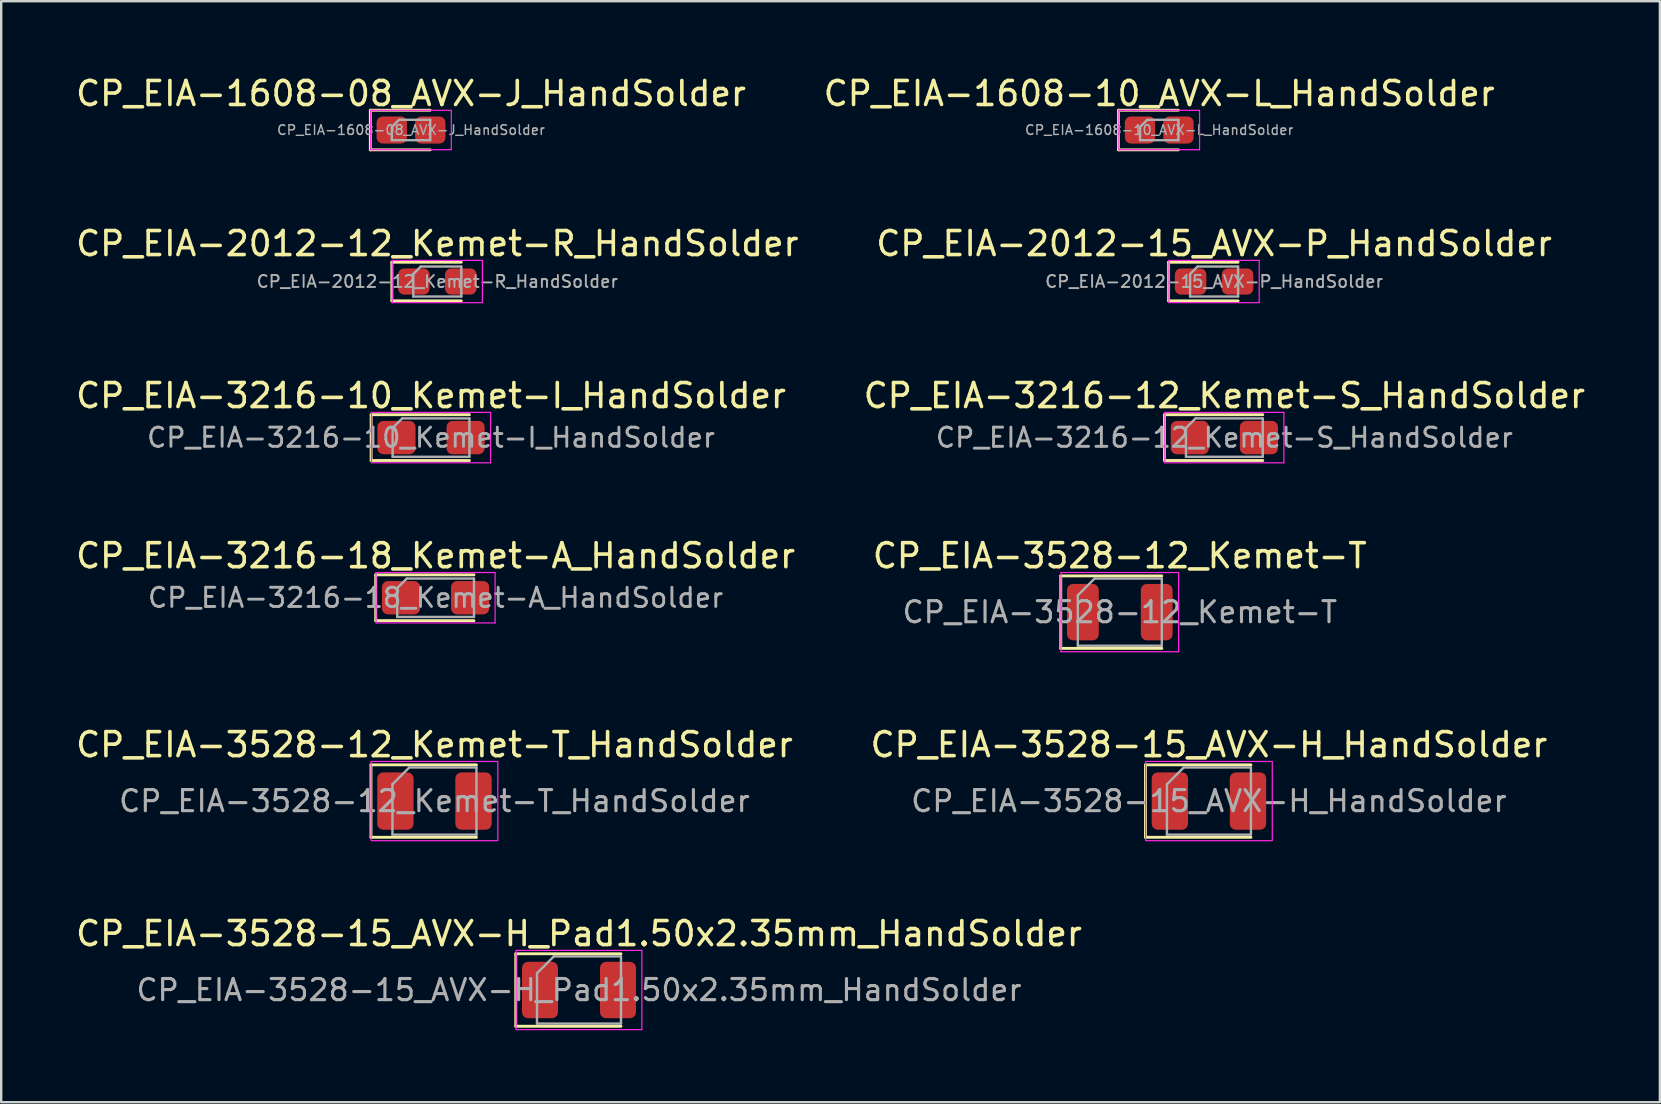
<source format=kicad_pcb>
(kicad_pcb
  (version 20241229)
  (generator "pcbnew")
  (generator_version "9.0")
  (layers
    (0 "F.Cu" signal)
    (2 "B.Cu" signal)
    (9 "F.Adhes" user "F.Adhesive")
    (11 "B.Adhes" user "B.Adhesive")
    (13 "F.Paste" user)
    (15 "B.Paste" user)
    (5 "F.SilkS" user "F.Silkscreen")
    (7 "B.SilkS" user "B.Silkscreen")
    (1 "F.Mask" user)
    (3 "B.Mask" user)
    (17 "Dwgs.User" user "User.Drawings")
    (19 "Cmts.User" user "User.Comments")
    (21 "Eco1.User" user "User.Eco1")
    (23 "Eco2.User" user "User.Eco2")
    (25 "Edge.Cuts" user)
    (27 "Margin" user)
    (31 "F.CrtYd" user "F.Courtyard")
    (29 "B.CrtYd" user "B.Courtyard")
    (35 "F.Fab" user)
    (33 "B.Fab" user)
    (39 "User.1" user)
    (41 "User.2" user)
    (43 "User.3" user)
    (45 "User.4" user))
  (footprint "CP_EIA-1608-10_AVX-L_HandSolder"
    (layer "F.Cu")
    (at 45.256 2.368)
    (property "Reference" "CP_EIA-1608-10_AVX-L_HandSolder" (at 0 -1.52 0) (layer "F.SilkS") (effects (font (size 1 1) (thickness 0.15))))
    (attr smd)
    (fp_line (start -1.695 -0.825) (end -1.695 0.825) (stroke (width 0.12) (type solid)) (layer "F.SilkS"))
    (fp_line (start -1.695 0.825) (end 0.8 0.825) (stroke (width 0.12) (type solid)) (layer "F.SilkS"))
    (fp_line (start 0.8 -0.825) (end -1.695 -0.825) (stroke (width 0.12) (type solid)) (layer "F.SilkS"))
    (fp_line (start -1.68 -0.82) (end 1.68 -0.82) (stroke (width 0.05) (type solid)) (layer "F.CrtYd"))
    (fp_line (start -1.68 0.82) (end -1.68 -0.82) (stroke (width 0.05) (type solid)) (layer "F.CrtYd"))
    (fp_line (start 1.68 -0.82) (end 1.68 0.82) (stroke (width 0.05) (type solid)) (layer "F.CrtYd"))
    (fp_line (start 1.68 0.82) (end -1.68 0.82) (stroke (width 0.05) (type solid)) (layer "F.CrtYd"))
    (fp_line (start -0.8 -0.125) (end -0.8 0.425) (stroke (width 0.1) (type solid)) (layer "F.Fab"))
    (fp_line (start -0.8 0.425) (end 0.8 0.425) (stroke (width 0.1) (type solid)) (layer "F.Fab"))
    (fp_line (start -0.5 -0.425) (end -0.8 -0.125) (stroke (width 0.1) (type solid)) (layer "F.Fab"))
    (fp_line (start 0.8 -0.425) (end -0.5 -0.425) (stroke (width 0.1) (type solid)) (layer "F.Fab"))
    (fp_line (start 0.8 0.425) (end 0.8 -0.425) (stroke (width 0.1) (type solid)) (layer "F.Fab"))
    (fp_text user "${REFERENCE}" (at 0 0 0) (layer "F.Fab") (effects (font (size 0.4 0.4) (thickness 0.06))))
    (pad "1" smd roundrect (at -0.802 0) (size 1.265 1.13) (layers "F.Cu" "F.Mask" "F.Paste") (roundrect_rratio 0.221))
    (pad "2" smd roundrect (at 0.802 0) (size 1.265 1.13) (layers "F.Cu" "F.Mask" "F.Paste") (roundrect_rratio 0.221)))
  (footprint "CP_EIA-2012-15_AVX-P_HandSolder"
    (layer "F.Cu")
    (at 47.542 8.681)
    (property "Reference" "CP_EIA-2012-15_AVX-P_HandSolder" (at 0 -1.58 0) (layer "F.SilkS") (effects (font (size 1 1) (thickness 0.15))))
    (attr smd)
    (fp_line (start -1.895 -0.805) (end -1.895 0.805) (stroke (width 0.12) (type solid)) (layer "F.SilkS"))
    (fp_line (start -1.895 0.805) (end 1 0.805) (stroke (width 0.12) (type solid)) (layer "F.SilkS"))
    (fp_line (start 1 -0.805) (end -1.895 -0.805) (stroke (width 0.12) (type solid)) (layer "F.SilkS"))
    (fp_line (start -1.88 -0.88) (end 1.88 -0.88) (stroke (width 0.05) (type solid)) (layer "F.CrtYd"))
    (fp_line (start -1.88 0.88) (end -1.88 -0.88) (stroke (width 0.05) (type solid)) (layer "F.CrtYd"))
    (fp_line (start 1.88 -0.88) (end 1.88 0.88) (stroke (width 0.05) (type solid)) (layer "F.CrtYd"))
    (fp_line (start 1.88 0.88) (end -1.88 0.88) (stroke (width 0.05) (type solid)) (layer "F.CrtYd"))
    (fp_line (start -1 -0.312) (end -1 0.625) (stroke (width 0.1) (type solid)) (layer "F.Fab"))
    (fp_line (start -1 0.625) (end 1 0.625) (stroke (width 0.1) (type solid)) (layer "F.Fab"))
    (fp_line (start -0.688 -0.625) (end -1 -0.312) (stroke (width 0.1) (type solid)) (layer "F.Fab"))
    (fp_line (start 1 -0.625) (end -0.688 -0.625) (stroke (width 0.1) (type solid)) (layer "F.Fab"))
    (fp_line (start 1 0.625) (end 1 -0.625) (stroke (width 0.1) (type solid)) (layer "F.Fab"))
    (fp_text user "${REFERENCE}" (at 0 0 0) (layer "F.Fab") (effects (font (size 0.5 0.5) (thickness 0.08))))
    (pad "1" smd roundrect (at -0.978 0) (size 1.315 1.09) (layers "F.Cu" "F.Mask" "F.Paste") (roundrect_rratio 0.229))
    (pad "2" smd roundrect (at 0.978 0) (size 1.315 1.09) (layers "F.Cu" "F.Mask" "F.Paste") (roundrect_rratio 0.229)))
  (footprint "CP_EIA-2012-12_Kemet-R_HandSolder"
    (layer "F.Cu")
    (at 15.173 8.681)
    (property "Reference" "CP_EIA-2012-12_Kemet-R_HandSolder" (at 0 -1.58 0) (layer "F.SilkS") (effects (font (size 1 1) (thickness 0.15))))
    (attr smd)
    (fp_line (start -1.895 -0.805) (end -1.895 0.805) (stroke (width 0.12) (type solid)) (layer "F.SilkS"))
    (fp_line (start -1.895 0.805) (end 1 0.805) (stroke (width 0.12) (type solid)) (layer "F.SilkS"))
    (fp_line (start 1 -0.805) (end -1.895 -0.805) (stroke (width 0.12) (type solid)) (layer "F.SilkS"))
    (fp_line (start -1.88 -0.88) (end 1.88 -0.88) (stroke (width 0.05) (type solid)) (layer "F.CrtYd"))
    (fp_line (start -1.88 0.88) (end -1.88 -0.88) (stroke (width 0.05) (type solid)) (layer "F.CrtYd"))
    (fp_line (start 1.88 -0.88) (end 1.88 0.88) (stroke (width 0.05) (type solid)) (layer "F.CrtYd"))
    (fp_line (start 1.88 0.88) (end -1.88 0.88) (stroke (width 0.05) (type solid)) (layer "F.CrtYd"))
    (fp_line (start -1 -0.312) (end -1 0.625) (stroke (width 0.1) (type solid)) (layer "F.Fab"))
    (fp_line (start -1 0.625) (end 1 0.625) (stroke (width 0.1) (type solid)) (layer "F.Fab"))
    (fp_line (start -0.688 -0.625) (end -1 -0.312) (stroke (width 0.1) (type solid)) (layer "F.Fab"))
    (fp_line (start 1 -0.625) (end -0.688 -0.625) (stroke (width 0.1) (type solid)) (layer "F.Fab"))
    (fp_line (start 1 0.625) (end 1 -0.625) (stroke (width 0.1) (type solid)) (layer "F.Fab"))
    (fp_text user "${REFERENCE}" (at 0 0 0) (layer "F.Fab") (effects (font (size 0.5 0.5) (thickness 0.08))))
    (pad "1" smd roundrect (at -0.978 0) (size 1.315 1.09) (layers "F.Cu" "F.Mask" "F.Paste") (roundrect_rratio 0.229))
    (pad "2" smd roundrect (at 0.978 0) (size 1.315 1.09) (layers "F.Cu" "F.Mask" "F.Paste") (roundrect_rratio 0.229)))
  (footprint "CP_EIA-1608-08_AVX-J_HandSolder"
    (layer "F.Cu")
    (at 14.077 2.368)
    (property "Reference" "CP_EIA-1608-08_AVX-J_HandSolder" (at 0 -1.52 0) (layer "F.SilkS") (effects (font (size 1 1) (thickness 0.15))))
    (attr smd)
    (fp_line (start -1.695 -0.825) (end -1.695 0.825) (stroke (width 0.12) (type solid)) (layer "F.SilkS"))
    (fp_line (start -1.695 0.825) (end 0.8 0.825) (stroke (width 0.12) (type solid)) (layer "F.SilkS"))
    (fp_line (start 0.8 -0.825) (end -1.695 -0.825) (stroke (width 0.12) (type solid)) (layer "F.SilkS"))
    (fp_line (start -1.68 -0.82) (end 1.68 -0.82) (stroke (width 0.05) (type solid)) (layer "F.CrtYd"))
    (fp_line (start -1.68 0.82) (end -1.68 -0.82) (stroke (width 0.05) (type solid)) (layer "F.CrtYd"))
    (fp_line (start 1.68 -0.82) (end 1.68 0.82) (stroke (width 0.05) (type solid)) (layer "F.CrtYd"))
    (fp_line (start 1.68 0.82) (end -1.68 0.82) (stroke (width 0.05) (type solid)) (layer "F.CrtYd"))
    (fp_line (start -0.8 -0.125) (end -0.8 0.425) (stroke (width 0.1) (type solid)) (layer "F.Fab"))
    (fp_line (start -0.8 0.425) (end 0.8 0.425) (stroke (width 0.1) (type solid)) (layer "F.Fab"))
    (fp_line (start -0.5 -0.425) (end -0.8 -0.125) (stroke (width 0.1) (type solid)) (layer "F.Fab"))
    (fp_line (start 0.8 -0.425) (end -0.5 -0.425) (stroke (width 0.1) (type solid)) (layer "F.Fab"))
    (fp_line (start 0.8 0.425) (end 0.8 -0.425) (stroke (width 0.1) (type solid)) (layer "F.Fab"))
    (fp_text user "${REFERENCE}" (at 0 0 0) (layer "F.Fab") (effects (font (size 0.4 0.4) (thickness 0.06))))
    (pad "1" smd roundrect (at -0.802 0) (size 1.265 1.13) (layers "F.Cu" "F.Mask" "F.Paste") (roundrect_rratio 0.221))
    (pad "2" smd roundrect (at 0.802 0) (size 1.265 1.13) (layers "F.Cu" "F.Mask" "F.Paste") (roundrect_rratio 0.221)))
  (footprint "CP_EIA-3528-15_AVX-H_HandSolder"
    (layer "F.Cu")
    (at 47.327 30.331)
    (property "Reference" "CP_EIA-3528-15_AVX-H_HandSolder" (at 0 -2.35 0) (layer "F.SilkS") (effects (font (size 1 1) (thickness 0.15))))
    (attr smd)
    (fp_line (start -2.645 -1.51) (end -2.645 1.51) (stroke (width 0.12) (type solid)) (layer "F.SilkS"))
    (fp_line (start -2.645 1.51) (end 1.75 1.51) (stroke (width 0.12) (type solid)) (layer "F.SilkS"))
    (fp_line (start 1.75 -1.51) (end -2.645 -1.51) (stroke (width 0.12) (type solid)) (layer "F.SilkS"))
    (fp_rect (start -2.64 -1.65) (end 2.64 1.65) (stroke (width 0.05) (type solid)) (fill no) (layer "F.CrtYd"))
    (fp_line (start -1.75 -0.7) (end -1.75 1.4) (stroke (width 0.1) (type solid)) (layer "F.Fab"))
    (fp_line (start -1.75 1.4) (end 1.75 1.4) (stroke (width 0.1) (type solid)) (layer "F.Fab"))
    (fp_line (start -1.05 -1.4) (end -1.75 -0.7) (stroke (width 0.1) (type solid)) (layer "F.Fab"))
    (fp_line (start 1.75 -1.4) (end -1.05 -1.4) (stroke (width 0.1) (type solid)) (layer "F.Fab"))
    (fp_line (start 1.75 1.4) (end 1.75 -1.4) (stroke (width 0.1) (type solid)) (layer "F.Fab"))
    (fp_text user "${REFERENCE}" (at 0 0 0) (layer "F.Fab") (effects (font (size 0.88 0.88) (thickness 0.13))))
    (pad "1" smd roundrect (at -1.627 0) (size 1.515 2.39) (layers "F.Cu" "F.Mask" "F.Paste") (roundrect_rratio 0.165))
    (pad "2" smd roundrect (at 1.627 0) (size 1.515 2.39) (layers "F.Cu" "F.Mask" "F.Paste") (roundrect_rratio 0.165)))
  (footprint "CP_EIA-3216-12_Kemet-S_HandSolder"
    (layer "F.Cu")
    (at 47.97 15.185)
    (property "Reference" "CP_EIA-3216-12_Kemet-S_HandSolder" (at 0 -1.75 0) (layer "F.SilkS") (effects (font (size 1 1) (thickness 0.15))))
    (attr smd)
    (fp_line (start -2.495 -0.955) (end -2.495 0.955) (stroke (width 0.12) (type solid)) (layer "F.SilkS"))
    (fp_line (start -2.495 0.955) (end 1.6 0.955) (stroke (width 0.12) (type solid)) (layer "F.SilkS"))
    (fp_line (start 1.6 -0.955) (end -2.495 -0.955) (stroke (width 0.12) (type solid)) (layer "F.SilkS"))
    (fp_line (start -2.48 -1.05) (end 2.48 -1.05) (stroke (width 0.05) (type solid)) (layer "F.CrtYd"))
    (fp_line (start -2.48 1.05) (end -2.48 -1.05) (stroke (width 0.05) (type solid)) (layer "F.CrtYd"))
    (fp_line (start 2.48 -1.05) (end 2.48 1.05) (stroke (width 0.05) (type solid)) (layer "F.CrtYd"))
    (fp_line (start 2.48 1.05) (end -2.48 1.05) (stroke (width 0.05) (type solid)) (layer "F.CrtYd"))
    (fp_line (start -1.6 -0.4) (end -1.6 0.8) (stroke (width 0.1) (type solid)) (layer "F.Fab"))
    (fp_line (start -1.6 0.8) (end 1.6 0.8) (stroke (width 0.1) (type solid)) (layer "F.Fab"))
    (fp_line (start -1.2 -0.8) (end -1.6 -0.4) (stroke (width 0.1) (type solid)) (layer "F.Fab"))
    (fp_line (start 1.6 -0.8) (end -1.2 -0.8) (stroke (width 0.1) (type solid)) (layer "F.Fab"))
    (fp_line (start 1.6 0.8) (end 1.6 -0.8) (stroke (width 0.1) (type solid)) (layer "F.Fab"))
    (fp_text user "${REFERENCE}" (at 0 0 0) (layer "F.Fab") (effects (font (size 0.8 0.8) (thickness 0.12))))
    (pad "1" smd roundrect (at -1.44 0) (size 1.59 1.39) (layers "F.Cu" "F.Mask" "F.Paste") (roundrect_rratio 0.18))
    (pad "2" smd roundrect (at 1.44 0) (size 1.59 1.39) (layers "F.Cu" "F.Mask" "F.Paste") (roundrect_rratio 0.18)))
  (footprint "CP_EIA-3216-18_Kemet-A_HandSolder"
    (layer "F.Cu")
    (at 15.101 21.858)
    (property "Reference" "CP_EIA-3216-18_Kemet-A_HandSolder" (at 0 -1.75 0) (layer "F.SilkS") (effects (font (size 1 1) (thickness 0.15))))
    (attr smd)
    (fp_line (start -2.495 -0.955) (end -2.495 0.955) (stroke (width 0.12) (type solid)) (layer "F.SilkS"))
    (fp_line (start -2.495 0.955) (end 1.6 0.955) (stroke (width 0.12) (type solid)) (layer "F.SilkS"))
    (fp_line (start 1.6 -0.955) (end -2.495 -0.955) (stroke (width 0.12) (type solid)) (layer "F.SilkS"))
    (fp_line (start -2.48 -1.05) (end 2.48 -1.05) (stroke (width 0.05) (type solid)) (layer "F.CrtYd"))
    (fp_line (start -2.48 1.05) (end -2.48 -1.05) (stroke (width 0.05) (type solid)) (layer "F.CrtYd"))
    (fp_line (start 2.48 -1.05) (end 2.48 1.05) (stroke (width 0.05) (type solid)) (layer "F.CrtYd"))
    (fp_line (start 2.48 1.05) (end -2.48 1.05) (stroke (width 0.05) (type solid)) (layer "F.CrtYd"))
    (fp_line (start -1.6 -0.4) (end -1.6 0.8) (stroke (width 0.1) (type solid)) (layer "F.Fab"))
    (fp_line (start -1.6 0.8) (end 1.6 0.8) (stroke (width 0.1) (type solid)) (layer "F.Fab"))
    (fp_line (start -1.2 -0.8) (end -1.6 -0.4) (stroke (width 0.1) (type solid)) (layer "F.Fab"))
    (fp_line (start 1.6 -0.8) (end -1.2 -0.8) (stroke (width 0.1) (type solid)) (layer "F.Fab"))
    (fp_line (start 1.6 0.8) (end 1.6 -0.8) (stroke (width 0.1) (type solid)) (layer "F.Fab"))
    (fp_text user "${REFERENCE}" (at 0 0 0) (layer "F.Fab") (effects (font (size 0.8 0.8) (thickness 0.12))))
    (pad "1" smd roundrect (at -1.44 0) (size 1.59 1.39) (layers "F.Cu" "F.Mask" "F.Paste") (roundrect_rratio 0.18))
    (pad "2" smd roundrect (at 1.44 0) (size 1.59 1.39) (layers "F.Cu" "F.Mask" "F.Paste") (roundrect_rratio 0.18)))
  (footprint "CP_EIA-3528-12_Kemet-T_HandSolder"
    (layer "F.Cu")
    (at 15.054 30.331)
    (property "Reference" "CP_EIA-3528-12_Kemet-T_HandSolder" (at 0 -2.35 0) (layer "F.SilkS") (effects (font (size 1 1) (thickness 0.15))))
    (attr smd)
    (fp_line (start -2.645 -1.51) (end -2.645 1.51) (stroke (width 0.12) (type solid)) (layer "F.SilkS"))
    (fp_line (start -2.645 1.51) (end 1.75 1.51) (stroke (width 0.12) (type solid)) (layer "F.SilkS"))
    (fp_line (start 1.75 -1.51) (end -2.645 -1.51) (stroke (width 0.12) (type solid)) (layer "F.SilkS"))
    (fp_rect (start -2.64 -1.65) (end 2.64 1.65) (stroke (width 0.05) (type solid)) (fill no) (layer "F.CrtYd"))
    (fp_line (start -1.75 -0.7) (end -1.75 1.4) (stroke (width 0.1) (type solid)) (layer "F.Fab"))
    (fp_line (start -1.75 1.4) (end 1.75 1.4) (stroke (width 0.1) (type solid)) (layer "F.Fab"))
    (fp_line (start -1.05 -1.4) (end -1.75 -0.7) (stroke (width 0.1) (type solid)) (layer "F.Fab"))
    (fp_line (start 1.75 -1.4) (end -1.05 -1.4) (stroke (width 0.1) (type solid)) (layer "F.Fab"))
    (fp_line (start 1.75 1.4) (end 1.75 -1.4) (stroke (width 0.1) (type solid)) (layer "F.Fab"))
    (fp_text user "${REFERENCE}" (at 0 0 0) (layer "F.Fab") (effects (font (size 0.88 0.88) (thickness 0.13))))
    (pad "1" smd roundrect (at -1.627 0) (size 1.515 2.39) (layers "F.Cu" "F.Mask" "F.Paste") (roundrect_rratio 0.165))
    (pad "2" smd roundrect (at 1.627 0) (size 1.515 2.39) (layers "F.Cu" "F.Mask" "F.Paste") (roundrect_rratio 0.165)))
  (footprint "CP_EIA-3528-15_AVX-H_Pad1.50x2.35mm_HandSolder"
    (layer "F.Cu")
    (at 21.077 38.205)
    (property "Reference" "CP_EIA-3528-15_AVX-H_Pad1.50x2.35mm_HandSolder" (at 0 -2.35 0) (layer "F.SilkS") (effects (font (size 1 1) (thickness 0.15))))
    (attr smd)
    (fp_line (start -2.635 -1.51) (end -2.635 1.51) (stroke (width 0.12) (type solid)) (layer "F.SilkS"))
    (fp_line (start -2.635 1.51) (end 1.75 1.51) (stroke (width 0.12) (type solid)) (layer "F.SilkS"))
    (fp_line (start 1.75 -1.51) (end -2.635 -1.51) (stroke (width 0.12) (type solid)) (layer "F.SilkS"))
    (fp_line (start -2.62 -1.65) (end 2.62 -1.65) (stroke (width 0.05) (type solid)) (layer "F.CrtYd"))
    (fp_line (start -2.62 1.65) (end -2.62 -1.65) (stroke (width 0.05) (type solid)) (layer "F.CrtYd"))
    (fp_line (start 2.62 -1.65) (end 2.62 1.65) (stroke (width 0.05) (type solid)) (layer "F.CrtYd"))
    (fp_line (start 2.62 1.65) (end -2.62 1.65) (stroke (width 0.05) (type solid)) (layer "F.CrtYd"))
    (fp_line (start -1.75 -0.7) (end -1.75 1.4) (stroke (width 0.1) (type solid)) (layer "F.Fab"))
    (fp_line (start -1.75 1.4) (end 1.75 1.4) (stroke (width 0.1) (type solid)) (layer "F.Fab"))
    (fp_line (start -1.05 -1.4) (end -1.75 -0.7) (stroke (width 0.1) (type solid)) (layer "F.Fab"))
    (fp_line (start 1.75 -1.4) (end -1.05 -1.4) (stroke (width 0.1) (type solid)) (layer "F.Fab"))
    (fp_line (start 1.75 1.4) (end 1.75 -1.4) (stroke (width 0.1) (type solid)) (layer "F.Fab"))
    (fp_text user "${REFERENCE}" (at 0 0 0) (layer "F.Fab") (effects (font (size 0.88 0.88) (thickness 0.13))))
    (pad "1" smd roundrect (at -1.625 0) (size 1.5 2.35) (layers "F.Cu" "F.Mask" "F.Paste") (roundrect_rratio 0.167))
    (pad "2" smd roundrect (at 1.625 0) (size 1.5 2.35) (layers "F.Cu" "F.Mask" "F.Paste") (roundrect_rratio 0.167)))
  (footprint "CP_EIA-3216-10_Kemet-I_HandSolder"
    (layer "F.Cu")
    (at 14.911 15.185)
    (property "Reference" "CP_EIA-3216-10_Kemet-I_HandSolder" (at 0 -1.75 0) (layer "F.SilkS") (effects (font (size 1 1) (thickness 0.15))))
    (attr smd)
    (fp_line (start -2.495 -0.955) (end -2.495 0.955) (stroke (width 0.12) (type solid)) (layer "F.SilkS"))
    (fp_line (start -2.495 0.955) (end 1.6 0.955) (stroke (width 0.12) (type solid)) (layer "F.SilkS"))
    (fp_line (start 1.6 -0.955) (end -2.495 -0.955) (stroke (width 0.12) (type solid)) (layer "F.SilkS"))
    (fp_line (start -2.48 -1.05) (end 2.48 -1.05) (stroke (width 0.05) (type solid)) (layer "F.CrtYd"))
    (fp_line (start -2.48 1.05) (end -2.48 -1.05) (stroke (width 0.05) (type solid)) (layer "F.CrtYd"))
    (fp_line (start 2.48 -1.05) (end 2.48 1.05) (stroke (width 0.05) (type solid)) (layer "F.CrtYd"))
    (fp_line (start 2.48 1.05) (end -2.48 1.05) (stroke (width 0.05) (type solid)) (layer "F.CrtYd"))
    (fp_line (start -1.6 -0.4) (end -1.6 0.8) (stroke (width 0.1) (type solid)) (layer "F.Fab"))
    (fp_line (start -1.6 0.8) (end 1.6 0.8) (stroke (width 0.1) (type solid)) (layer "F.Fab"))
    (fp_line (start -1.2 -0.8) (end -1.6 -0.4) (stroke (width 0.1) (type solid)) (layer "F.Fab"))
    (fp_line (start 1.6 -0.8) (end -1.2 -0.8) (stroke (width 0.1) (type solid)) (layer "F.Fab"))
    (fp_line (start 1.6 0.8) (end 1.6 -0.8) (stroke (width 0.1) (type solid)) (layer "F.Fab"))
    (fp_text user "${REFERENCE}" (at 0 0 0) (layer "F.Fab") (effects (font (size 0.8 0.8) (thickness 0.12))))
    (pad "1" smd roundrect (at -1.44 0) (size 1.59 1.39) (layers "F.Cu" "F.Mask" "F.Paste") (roundrect_rratio 0.18))
    (pad "2" smd roundrect (at 1.44 0) (size 1.59 1.39) (layers "F.Cu" "F.Mask" "F.Paste") (roundrect_rratio 0.18)))
  (footprint "CP_EIA-3528-12_Kemet-T"
    (layer "F.Cu")
    (at 43.613 22.458)
    (property "Reference" "CP_EIA-3528-12_Kemet-T" (at 0 -2.35 0) (layer "F.SilkS") (effects (font (size 1 1) (thickness 0.15))))
    (attr smd)
    (fp_line (start -2.46 -1.51) (end -2.46 1.51) (stroke (width 0.12) (type solid)) (layer "F.SilkS"))
    (fp_line (start -2.46 1.51) (end 1.75 1.51) (stroke (width 0.12) (type solid)) (layer "F.SilkS"))
    (fp_line (start 1.75 -1.51) (end -2.46 -1.51) (stroke (width 0.12) (type solid)) (layer "F.SilkS"))
    (fp_line (start -2.45 -1.65) (end 2.45 -1.65) (stroke (width 0.05) (type solid)) (layer "F.CrtYd"))
    (fp_line (start -2.45 1.65) (end -2.45 -1.65) (stroke (width 0.05) (type solid)) (layer "F.CrtYd"))
    (fp_line (start 2.45 -1.65) (end 2.45 1.65) (stroke (width 0.05) (type solid)) (layer "F.CrtYd"))
    (fp_line (start 2.45 1.65) (end -2.45 1.65) (stroke (width 0.05) (type solid)) (layer "F.CrtYd"))
    (fp_line (start -1.75 -0.7) (end -1.75 1.4) (stroke (width 0.1) (type solid)) (layer "F.Fab"))
    (fp_line (start -1.75 1.4) (end 1.75 1.4) (stroke (width 0.1) (type solid)) (layer "F.Fab"))
    (fp_line (start -1.05 -1.4) (end -1.75 -0.7) (stroke (width 0.1) (type solid)) (layer "F.Fab"))
    (fp_line (start 1.75 -1.4) (end -1.05 -1.4) (stroke (width 0.1) (type solid)) (layer "F.Fab"))
    (fp_line (start 1.75 1.4) (end 1.75 -1.4) (stroke (width 0.1) (type solid)) (layer "F.Fab"))
    (fp_text user "${REFERENCE}" (at 0 0 0) (layer "F.Fab") (effects (font (size 0.88 0.88) (thickness 0.13))))
    (pad "1" smd roundrect (at -1.538 0) (size 1.325 2.35) (layers "F.Cu" "F.Mask" "F.Paste") (roundrect_rratio 0.189))
    (pad "2" smd roundrect (at 1.538 0) (size 1.325 2.35) (layers "F.Cu" "F.Mask" "F.Paste") (roundrect_rratio 0.189)))
  (gr_rect
    (start -3 -3)
    (end 66.119 42.88)
    (stroke (width 0.1) (type default))
    (fill no)
    (layer "Edge.Cuts")))
</source>
